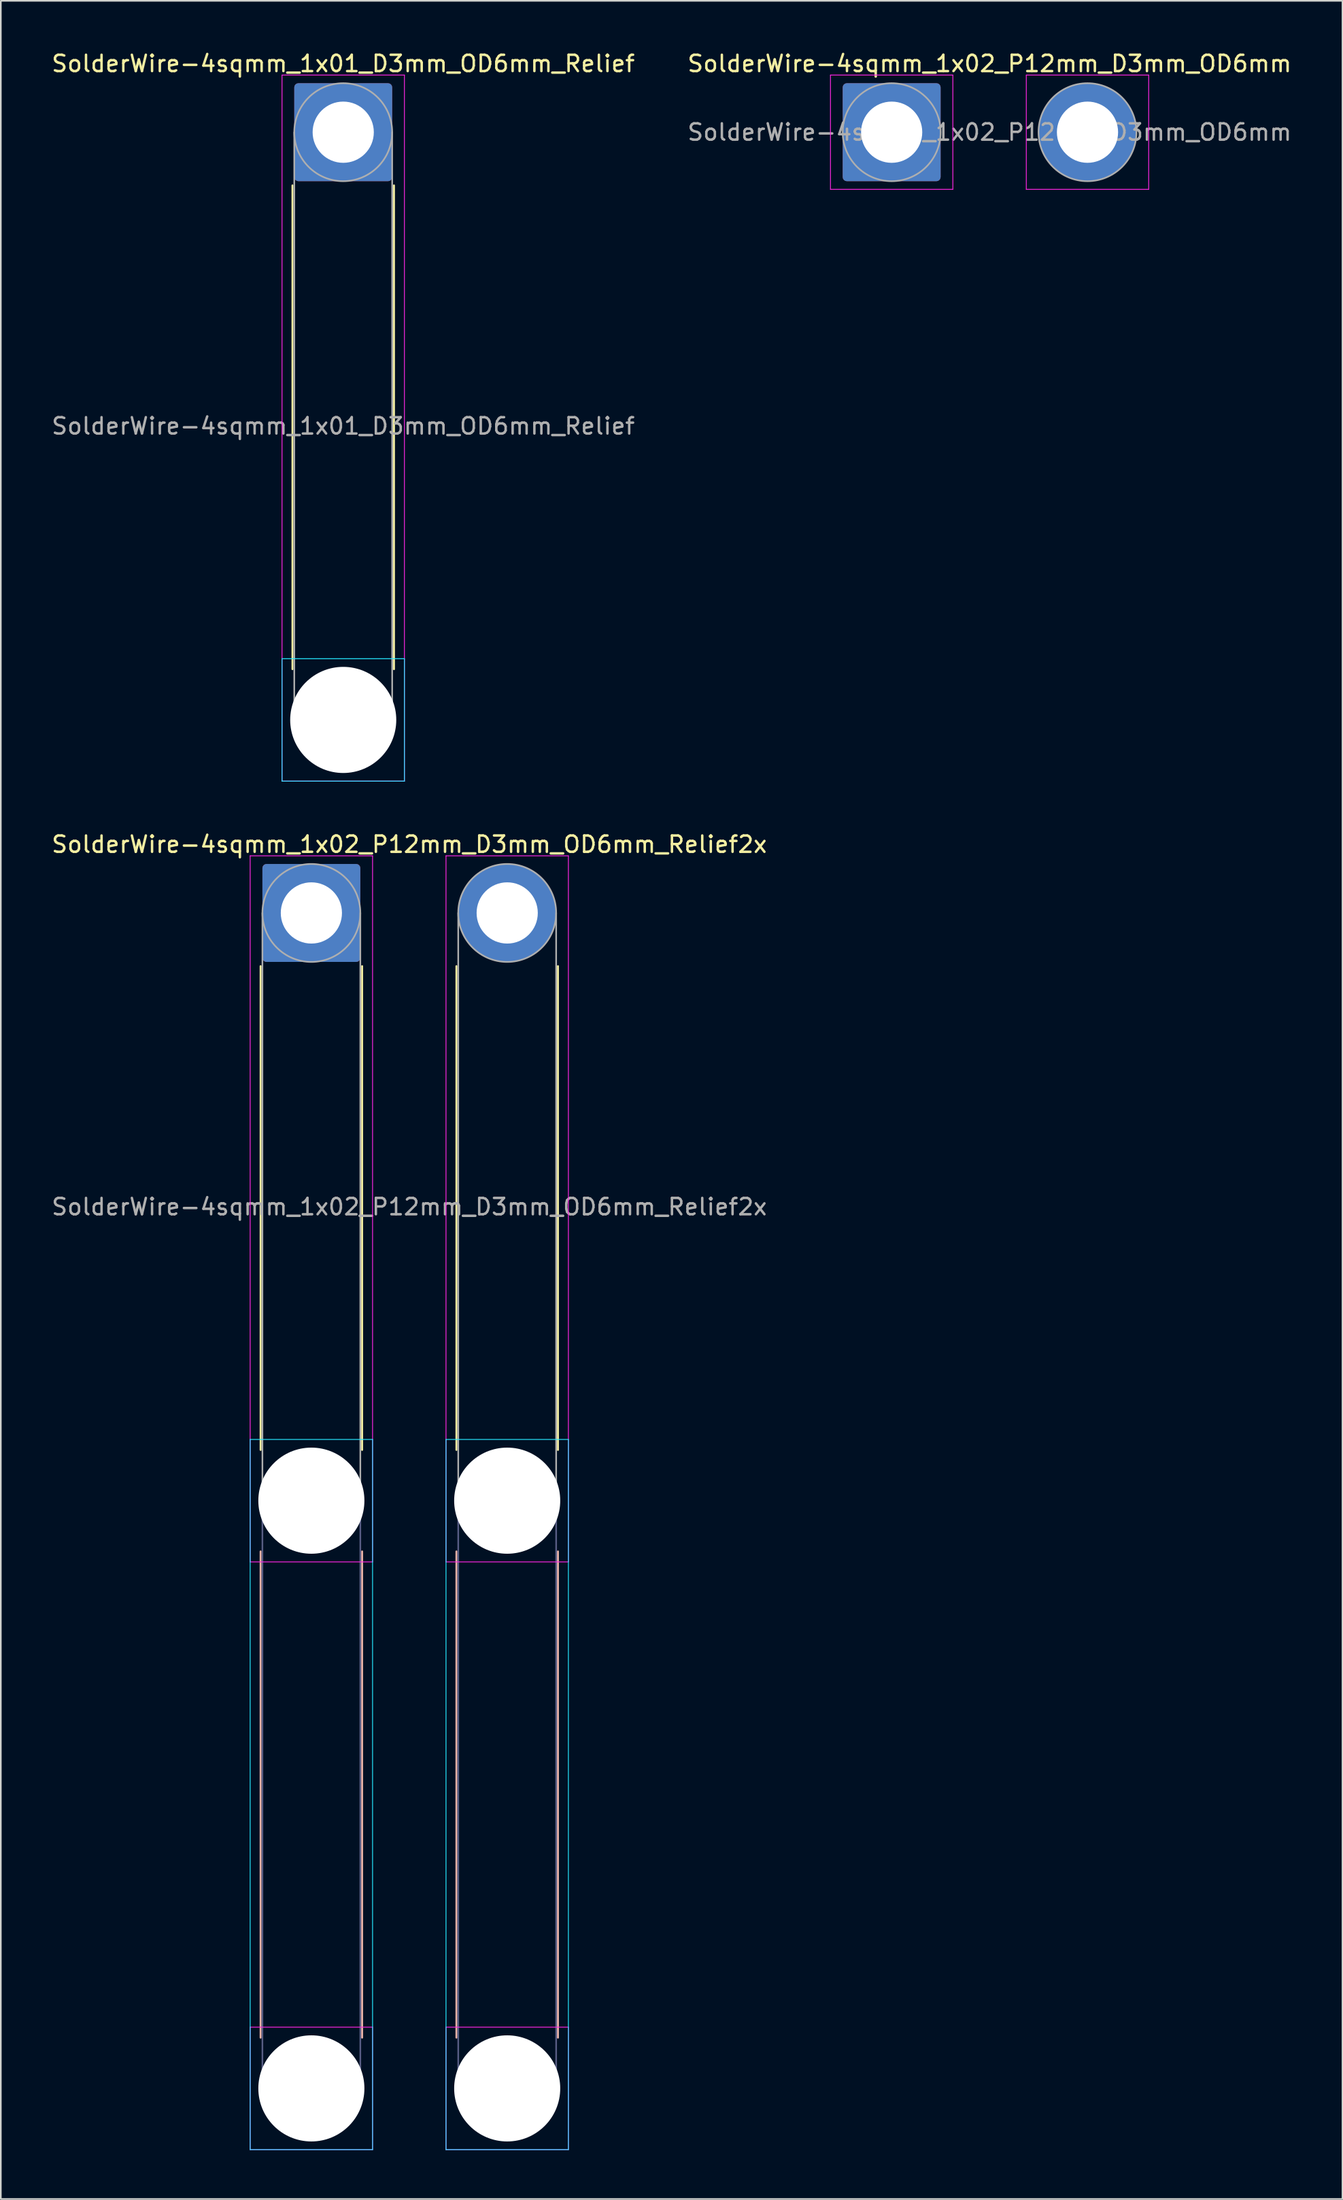
<source format=kicad_pcb>
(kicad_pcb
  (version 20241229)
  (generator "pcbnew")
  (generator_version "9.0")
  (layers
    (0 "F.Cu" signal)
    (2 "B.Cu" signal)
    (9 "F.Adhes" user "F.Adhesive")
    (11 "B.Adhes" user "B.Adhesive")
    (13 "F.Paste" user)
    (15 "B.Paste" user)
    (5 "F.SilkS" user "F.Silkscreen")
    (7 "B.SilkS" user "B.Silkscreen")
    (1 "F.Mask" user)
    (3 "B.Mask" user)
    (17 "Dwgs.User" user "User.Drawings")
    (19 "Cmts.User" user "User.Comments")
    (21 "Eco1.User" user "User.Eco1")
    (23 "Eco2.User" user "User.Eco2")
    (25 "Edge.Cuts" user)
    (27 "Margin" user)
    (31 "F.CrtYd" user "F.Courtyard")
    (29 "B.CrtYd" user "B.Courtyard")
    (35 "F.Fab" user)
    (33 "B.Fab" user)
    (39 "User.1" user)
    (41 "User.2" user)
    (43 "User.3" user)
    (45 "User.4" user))
  (footprint "SolderWire-4sqmm_1x01_D3mm_OD6mm_Relief"
    (layer "F.Cu")
    (at 17.982 5.048)
    (property "Reference" "SolderWire-4sqmm_1x01_D3mm_OD6mm_Relief" (at 0 -4.2 0) (layer "F.SilkS") (effects (font (size 1 1) (thickness 0.15))))
    (attr exclude_from_pos_files exclude_from_bom)
    (fp_line (start -3.11 3.26) (end -3.11 32.89) (stroke (width 0.12) (type solid)) (layer "F.SilkS"))
    (fp_line (start 3.11 3.26) (end 3.11 32.89) (stroke (width 0.12) (type solid)) (layer "F.SilkS"))
    (fp_line (start -3.75 32.25) (end -3.75 39.75) (stroke (width 0.05) (type solid)) (layer "B.CrtYd"))
    (fp_line (start -3.75 39.75) (end 3.75 39.75) (stroke (width 0.05) (type solid)) (layer "B.CrtYd"))
    (fp_line (start 3.75 32.25) (end -3.75 32.25) (stroke (width 0.05) (type solid)) (layer "B.CrtYd"))
    (fp_line (start 3.75 39.75) (end 3.75 32.25) (stroke (width 0.05) (type solid)) (layer "B.CrtYd"))
    (fp_line (start -3.75 -3.5) (end -3.75 39.75) (stroke (width 0.05) (type solid)) (layer "F.CrtYd"))
    (fp_line (start -3.75 39.75) (end 3.75 39.75) (stroke (width 0.05) (type solid)) (layer "F.CrtYd"))
    (fp_line (start 3.75 -3.5) (end -3.75 -3.5) (stroke (width 0.05) (type solid)) (layer "F.CrtYd"))
    (fp_line (start 3.75 39.75) (end 3.75 -3.5) (stroke (width 0.05) (type solid)) (layer "F.CrtYd"))
    (fp_line (start -3 0) (end -3 36) (stroke (width 0.1) (type solid)) (layer "F.Fab"))
    (fp_line (start 3 0) (end 3 36) (stroke (width 0.1) (type solid)) (layer "F.Fab"))
    (fp_circle (center 0 0) (end 3 0) (stroke (width 0.1) (type solid)) (fill no) (layer "F.Fab"))
    (fp_circle (center 0 36) (end 3 36) (stroke (width 0.1) (type solid)) (fill no) (layer "F.Fab"))
    (fp_text user "${REFERENCE}" (at 0 18 0) (layer "F.Fab") (effects (font (size 1 1) (thickness 0.15))))
    (pad "" np_thru_hole circle (at 0 36) (size 6.5 6.5) (drill 6.5) (layers "*.Cu" "*.Mask"))
    (pad "1" thru_hole roundrect (at 0 0) (size 6 6) (drill 3.75) (layers "*.Cu" "*.Mask") (roundrect_rratio 0.042)))
  (footprint "SolderWire-4sqmm_1x02_P12mm_D3mm_OD6mm_Relief2x"
    (layer "F.Cu")
    (at 16.03 52.871)
    (property "Reference" "SolderWire-4sqmm_1x02_P12mm_D3mm_OD6mm_Relief2x" (at 6 -4.2 0) (layer "F.SilkS") (effects (font (size 1 1) (thickness 0.15))))
    (attr exclude_from_pos_files exclude_from_bom)
    (fp_line (start -3.11 3.26) (end -3.11 32.89) (stroke (width 0.12) (type solid)) (layer "F.SilkS"))
    (fp_line (start 3.11 3.26) (end 3.11 32.89) (stroke (width 0.12) (type solid)) (layer "F.SilkS"))
    (fp_line (start 8.89 3.26) (end 8.89 32.89) (stroke (width 0.12) (type solid)) (layer "F.SilkS"))
    (fp_line (start 15.11 3.26) (end 15.11 32.89) (stroke (width 0.12) (type solid)) (layer "F.SilkS"))
    (fp_line (start -3.11 39.11) (end -3.11 68.89) (stroke (width 0.12) (type solid)) (layer "B.SilkS"))
    (fp_line (start 3.11 39.11) (end 3.11 68.89) (stroke (width 0.12) (type solid)) (layer "B.SilkS"))
    (fp_line (start 8.89 39.11) (end 8.89 68.89) (stroke (width 0.12) (type solid)) (layer "B.SilkS"))
    (fp_line (start 15.11 39.11) (end 15.11 68.89) (stroke (width 0.12) (type solid)) (layer "B.SilkS"))
    (fp_line (start -3.75 32.25) (end -3.75 75.75) (stroke (width 0.05) (type solid)) (layer "B.CrtYd"))
    (fp_line (start -3.75 75.75) (end 3.75 75.75) (stroke (width 0.05) (type solid)) (layer "B.CrtYd"))
    (fp_line (start 3.75 32.25) (end -3.75 32.25) (stroke (width 0.05) (type solid)) (layer "B.CrtYd"))
    (fp_line (start 3.75 75.75) (end 3.75 32.25) (stroke (width 0.05) (type solid)) (layer "B.CrtYd"))
    (fp_line (start 8.25 32.25) (end 8.25 75.75) (stroke (width 0.05) (type solid)) (layer "B.CrtYd"))
    (fp_line (start 8.25 75.75) (end 15.75 75.75) (stroke (width 0.05) (type solid)) (layer "B.CrtYd"))
    (fp_line (start 15.75 32.25) (end 8.25 32.25) (stroke (width 0.05) (type solid)) (layer "B.CrtYd"))
    (fp_line (start 15.75 75.75) (end 15.75 32.25) (stroke (width 0.05) (type solid)) (layer "B.CrtYd"))
    (fp_line (start -3.75 -3.5) (end -3.75 39.75) (stroke (width 0.05) (type solid)) (layer "F.CrtYd"))
    (fp_line (start -3.75 39.75) (end 3.75 39.75) (stroke (width 0.05) (type solid)) (layer "F.CrtYd"))
    (fp_line (start -3.75 68.25) (end -3.75 75.75) (stroke (width 0.05) (type solid)) (layer "F.CrtYd"))
    (fp_line (start -3.75 75.75) (end 3.75 75.75) (stroke (width 0.05) (type solid)) (layer "F.CrtYd"))
    (fp_line (start 3.75 -3.5) (end -3.75 -3.5) (stroke (width 0.05) (type solid)) (layer "F.CrtYd"))
    (fp_line (start 3.75 39.75) (end 3.75 -3.5) (stroke (width 0.05) (type solid)) (layer "F.CrtYd"))
    (fp_line (start 3.75 68.25) (end -3.75 68.25) (stroke (width 0.05) (type solid)) (layer "F.CrtYd"))
    (fp_line (start 3.75 75.75) (end 3.75 68.25) (stroke (width 0.05) (type solid)) (layer "F.CrtYd"))
    (fp_line (start 8.25 -3.5) (end 8.25 39.75) (stroke (width 0.05) (type solid)) (layer "F.CrtYd"))
    (fp_line (start 8.25 39.75) (end 15.75 39.75) (stroke (width 0.05) (type solid)) (layer "F.CrtYd"))
    (fp_line (start 8.25 68.25) (end 8.25 75.75) (stroke (width 0.05) (type solid)) (layer "F.CrtYd"))
    (fp_line (start 8.25 75.75) (end 15.75 75.75) (stroke (width 0.05) (type solid)) (layer "F.CrtYd"))
    (fp_line (start 15.75 -3.5) (end 8.25 -3.5) (stroke (width 0.05) (type solid)) (layer "F.CrtYd"))
    (fp_line (start 15.75 39.75) (end 15.75 -3.5) (stroke (width 0.05) (type solid)) (layer "F.CrtYd"))
    (fp_line (start 15.75 68.25) (end 8.25 68.25) (stroke (width 0.05) (type solid)) (layer "F.CrtYd"))
    (fp_line (start 15.75 75.75) (end 15.75 68.25) (stroke (width 0.05) (type solid)) (layer "F.CrtYd"))
    (fp_line (start -3 36) (end -3 72) (stroke (width 0.1) (type solid)) (layer "B.Fab"))
    (fp_line (start 3 36) (end 3 72) (stroke (width 0.1) (type solid)) (layer "B.Fab"))
    (fp_line (start 9 36) (end 9 72) (stroke (width 0.1) (type solid)) (layer "B.Fab"))
    (fp_line (start 15 36) (end 15 72) (stroke (width 0.1) (type solid)) (layer "B.Fab"))
    (fp_circle (center 0 36) (end 3 36) (stroke (width 0.1) (type solid)) (fill no) (layer "B.Fab"))
    (fp_circle (center 0 72) (end 3 72) (stroke (width 0.1) (type solid)) (fill no) (layer "B.Fab"))
    (fp_circle (center 12 36) (end 15 36) (stroke (width 0.1) (type solid)) (fill no) (layer "B.Fab"))
    (fp_circle (center 12 72) (end 15 72) (stroke (width 0.1) (type solid)) (fill no) (layer "B.Fab"))
    (fp_line (start -3 0) (end -3 36) (stroke (width 0.1) (type solid)) (layer "F.Fab"))
    (fp_line (start 3 0) (end 3 36) (stroke (width 0.1) (type solid)) (layer "F.Fab"))
    (fp_line (start 9 0) (end 9 36) (stroke (width 0.1) (type solid)) (layer "F.Fab"))
    (fp_line (start 15 0) (end 15 36) (stroke (width 0.1) (type solid)) (layer "F.Fab"))
    (fp_circle (center 0 0) (end 3 0) (stroke (width 0.1) (type solid)) (fill no) (layer "F.Fab"))
    (fp_circle (center 0 36) (end 3 36) (stroke (width 0.1) (type solid)) (fill no) (layer "F.Fab"))
    (fp_circle (center 0 72) (end 3 72) (stroke (width 0.1) (type solid)) (fill no) (layer "F.Fab"))
    (fp_circle (center 12 0) (end 15 0) (stroke (width 0.1) (type solid)) (fill no) (layer "F.Fab"))
    (fp_circle (center 12 36) (end 15 36) (stroke (width 0.1) (type solid)) (fill no) (layer "F.Fab"))
    (fp_circle (center 12 72) (end 15 72) (stroke (width 0.1) (type solid)) (fill no) (layer "F.Fab"))
    (fp_text user "${REFERENCE}" (at 6 18 0) (layer "F.Fab") (effects (font (size 1 1) (thickness 0.15))))
    (pad "" np_thru_hole circle (at 0 36) (size 6.5 6.5) (drill 6.5) (layers "*.Cu" "*.Mask"))
    (pad "" np_thru_hole circle (at 0 72) (size 6.5 6.5) (drill 6.5) (layers "*.Cu" "*.Mask"))
    (pad "" np_thru_hole circle (at 12 36) (size 6.5 6.5) (drill 6.5) (layers "*.Cu" "*.Mask"))
    (pad "" np_thru_hole circle (at 12 72) (size 6.5 6.5) (drill 6.5) (layers "*.Cu" "*.Mask"))
    (pad "1" thru_hole roundrect (at 0 0) (size 6 6) (drill 3.75) (layers "*.Cu" "*.Mask") (roundrect_rratio 0.042))
    (pad "2" thru_hole circle (at 12 0) (size 6 6) (drill 3.75) (layers "*.Cu" "*.Mask")))
  (footprint "SolderWire-4sqmm_1x02_P12mm_D3mm_OD6mm"
    (layer "F.Cu")
    (at 51.589 5.048)
    (property "Reference" "SolderWire-4sqmm_1x02_P12mm_D3mm_OD6mm" (at 6 -4.2 0) (layer "F.SilkS") (effects (font (size 1 1) (thickness 0.15))))
    (attr exclude_from_pos_files exclude_from_bom)
    (fp_line (start -3.75 -3.5) (end -3.75 3.5) (stroke (width 0.05) (type solid)) (layer "F.CrtYd"))
    (fp_line (start -3.75 3.5) (end 3.75 3.5) (stroke (width 0.05) (type solid)) (layer "F.CrtYd"))
    (fp_line (start 3.75 -3.5) (end -3.75 -3.5) (stroke (width 0.05) (type solid)) (layer "F.CrtYd"))
    (fp_line (start 3.75 3.5) (end 3.75 -3.5) (stroke (width 0.05) (type solid)) (layer "F.CrtYd"))
    (fp_line (start 8.25 -3.5) (end 8.25 3.5) (stroke (width 0.05) (type solid)) (layer "F.CrtYd"))
    (fp_line (start 8.25 3.5) (end 15.75 3.5) (stroke (width 0.05) (type solid)) (layer "F.CrtYd"))
    (fp_line (start 15.75 -3.5) (end 8.25 -3.5) (stroke (width 0.05) (type solid)) (layer "F.CrtYd"))
    (fp_line (start 15.75 3.5) (end 15.75 -3.5) (stroke (width 0.05) (type solid)) (layer "F.CrtYd"))
    (fp_circle (center 0 0) (end 3 0) (stroke (width 0.1) (type solid)) (fill no) (layer "F.Fab"))
    (fp_circle (center 12 0) (end 15 0) (stroke (width 0.1) (type solid)) (fill no) (layer "F.Fab"))
    (fp_text user "${REFERENCE}" (at 6 0 0) (layer "F.Fab") (effects (font (size 1 1) (thickness 0.15))))
    (pad "1" thru_hole roundrect (at 0 0) (size 6 6) (drill 3.75) (layers "*.Cu" "*.Mask") (roundrect_rratio 0.042))
    (pad "2" thru_hole circle (at 12 0) (size 6 6) (drill 3.75) (layers "*.Cu" "*.Mask")))
  (gr_rect
    (start -3 -3)
    (end 79.214 131.647)
    (stroke (width 0.1) (type default))
    (fill no)
    (layer "Edge.Cuts")))
</source>
